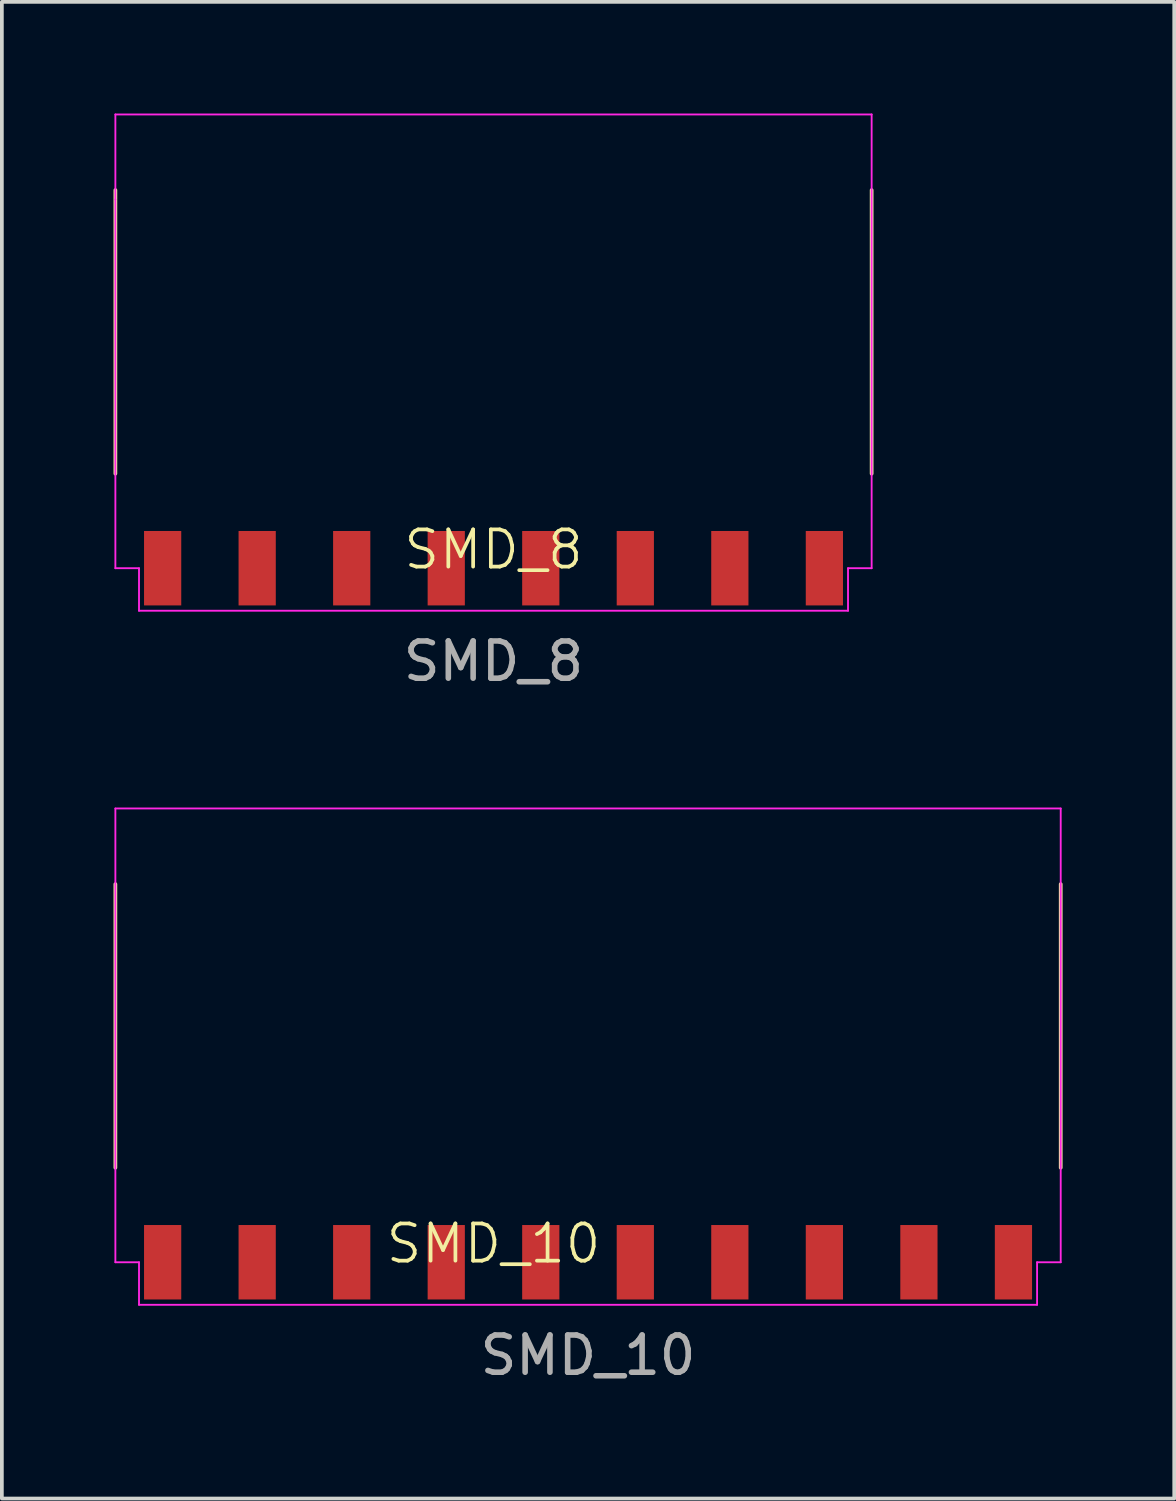
<source format=kicad_pcb>
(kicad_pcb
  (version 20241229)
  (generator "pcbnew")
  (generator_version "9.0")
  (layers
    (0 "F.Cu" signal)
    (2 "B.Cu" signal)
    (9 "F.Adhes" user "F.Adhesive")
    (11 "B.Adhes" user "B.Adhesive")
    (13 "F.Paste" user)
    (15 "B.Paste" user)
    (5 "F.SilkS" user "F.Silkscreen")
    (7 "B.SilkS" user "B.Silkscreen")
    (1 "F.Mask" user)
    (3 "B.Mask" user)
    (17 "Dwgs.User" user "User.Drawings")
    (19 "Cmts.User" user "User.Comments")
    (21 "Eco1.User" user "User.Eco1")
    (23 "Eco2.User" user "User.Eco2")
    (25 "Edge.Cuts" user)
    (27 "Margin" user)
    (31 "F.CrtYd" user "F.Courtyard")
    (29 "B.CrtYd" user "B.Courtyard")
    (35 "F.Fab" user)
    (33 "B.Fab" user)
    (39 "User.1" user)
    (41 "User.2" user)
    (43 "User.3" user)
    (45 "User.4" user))
  (footprint "SMD_8"
    (layer "F.Cu")
    (at 10.21 12.217)
    (property "Reference" "SMD_8" (at 0 -0.5 0) (unlocked yes) (layer "F.SilkS") (effects (font (size 1 1) (thickness 0.1))))
    (attr smd)
    (fp_line (start -10.16 -2.54) (end -10.16 -10.16) (stroke (width 0.1) (type default)) (layer "F.SilkS"))
    (fp_line (start 10.16 -2.54) (end 10.16 -10.16) (stroke (width 0.1) (type default)) (layer "F.SilkS"))
    (fp_line (start -10.16 -12.192) (end 10.16 -12.192) (stroke (width 0.05) (type default)) (layer "F.CrtYd"))
    (fp_line (start -10.16 -9.906) (end -10.16 -12.192) (stroke (width 0.05) (type default)) (layer "F.CrtYd"))
    (fp_line (start -10.16 0) (end -10.16 -9.906) (stroke (width 0.05) (type default)) (layer "F.CrtYd"))
    (fp_line (start -9.525 0) (end -10.16 0) (stroke (width 0.05) (type default)) (layer "F.CrtYd"))
    (fp_line (start -9.525 1.143) (end -9.525 0) (stroke (width 0.05) (type default)) (layer "F.CrtYd"))
    (fp_line (start 9.525 0) (end 9.525 1.143) (stroke (width 0.05) (type default)) (layer "F.CrtYd"))
    (fp_line (start 9.525 0) (end 10.16 0) (stroke (width 0.05) (type default)) (layer "F.CrtYd"))
    (fp_line (start 9.525 1.143) (end -9.525 1.143) (stroke (width 0.05) (type default)) (layer "F.CrtYd"))
    (fp_line (start 10.16 -12.192) (end 10.16 0) (stroke (width 0.05) (type default)) (layer "F.CrtYd"))
    (fp_line (start -10 -10.75) (end 10 -10.75) (stroke (width 0.1) (type solid)) (layer "User.1"))
    (fp_text user "${REFERENCE}" (at 0 2.5 0) (unlocked yes) (layer "F.Fab") (effects (font (size 1 1) (thickness 0.15))))
    (fp_text user "PCB_EDGE" (at -3.5 -8.763 0) (unlocked yes) (layer "User.1") (effects (font (size 1 1) (thickness 0.15)) (justify left bottom)))
    (pad "1" smd rect (at -8.89 0) (size 1 2) (layers "F.Cu" "F.Mask" "F.Paste"))
    (pad "2" smd rect (at -6.35 0) (size 1 2) (layers "F.Cu" "F.Mask" "F.Paste"))
    (pad "3" smd rect (at -3.81 0) (size 1 2) (layers "F.Cu" "F.Mask" "F.Paste"))
    (pad "4" smd rect (at -1.27 0) (size 1 2) (layers "F.Cu" "F.Mask" "F.Paste"))
    (pad "5" smd rect (at 1.27 0) (size 1 2) (layers "F.Cu" "F.Mask" "F.Paste"))
    (pad "6" smd rect (at 3.81 0) (size 1 2) (layers "F.Cu" "F.Mask" "F.Paste"))
    (pad "7" smd rect (at 6.35 0) (size 1 2) (layers "F.Cu" "F.Mask" "F.Paste"))
    (pad "8" smd rect (at 8.89 0) (size 1 2) (layers "F.Cu" "F.Mask" "F.Paste")))
  (footprint "SMD_10"
    (layer "F.Cu")
    (at 12.75 30.865)
    (property "Reference" "SMD_10" (at -2.54 -0.5 0) (unlocked yes) (layer "F.SilkS") (effects (font (size 1 1) (thickness 0.1))))
    (attr smd)
    (fp_line (start -12.7 -2.54) (end -12.7 -10.16) (stroke (width 0.1) (type default)) (layer "F.SilkS"))
    (fp_line (start 12.7 -2.54) (end 12.7 -10.16) (stroke (width 0.1) (type default)) (layer "F.SilkS"))
    (fp_line (start -12.7 -12.192) (end 12.7 -12.192) (stroke (width 0.05) (type default)) (layer "F.CrtYd"))
    (fp_line (start -12.7 0) (end -12.7 -12.192) (stroke (width 0.05) (type default)) (layer "F.CrtYd"))
    (fp_line (start -12.065 0) (end -12.7 0) (stroke (width 0.05) (type default)) (layer "F.CrtYd"))
    (fp_line (start -12.065 1.143) (end -12.065 0) (stroke (width 0.05) (type default)) (layer "F.CrtYd"))
    (fp_line (start -12.065 1.143) (end 12.065 1.143) (stroke (width 0.05) (type default)) (layer "F.CrtYd"))
    (fp_line (start 12.065 0) (end 12.065 1.143) (stroke (width 0.05) (type default)) (layer "F.CrtYd"))
    (fp_line (start 12.7 -12.192) (end 12.7 0) (stroke (width 0.05) (type default)) (layer "F.CrtYd"))
    (fp_line (start 12.7 0) (end 12.065 0) (stroke (width 0.05) (type default)) (layer "F.CrtYd"))
    (fp_line (start -10 -12.25) (end 10 -12.25) (stroke (width 0.1) (type default)) (layer "User.1"))
    (fp_text user "${REFERENCE}" (at 0 2.5 0) (unlocked yes) (layer "F.Fab") (effects (font (size 1 1) (thickness 0.15))))
    (fp_text user "PCB_EDGE" (at -3.5 -10.75 0) (unlocked yes) (layer "User.1") (effects (font (size 1 1) (thickness 0.15)) (justify left bottom)))
    (pad "1" smd rect (at -11.43 0) (size 1 2) (layers "F.Cu" "F.Mask" "F.Paste"))
    (pad "2" smd rect (at -8.89 0) (size 1 2) (layers "F.Cu" "F.Mask" "F.Paste"))
    (pad "3" smd rect (at -6.35 0) (size 1 2) (layers "F.Cu" "F.Mask" "F.Paste"))
    (pad "4" smd rect (at -3.81 0) (size 1 2) (layers "F.Cu" "F.Mask" "F.Paste"))
    (pad "5" smd rect (at -1.27 0) (size 1 2) (layers "F.Cu" "F.Mask" "F.Paste"))
    (pad "6" smd rect (at 1.27 0) (size 1 2) (layers "F.Cu" "F.Mask" "F.Paste"))
    (pad "7" smd rect (at 3.81 0) (size 1 2) (layers "F.Cu" "F.Mask" "F.Paste"))
    (pad "8" smd rect (at 6.35 0) (size 1 2) (layers "F.Cu" "F.Mask" "F.Paste"))
    (pad "9" smd rect (at 8.89 0) (size 1 2) (layers "F.Cu" "F.Mask" "F.Paste"))
    (pad "10" smd rect (at 11.43 0) (size 1 2) (layers "F.Cu" "F.Mask" "F.Paste")))
  (gr_rect
    (start -3 -3)
    (end 28.5 37.214)
    (stroke (width 0.1) (type default))
    (fill no)
    (layer "Edge.Cuts")))
</source>
